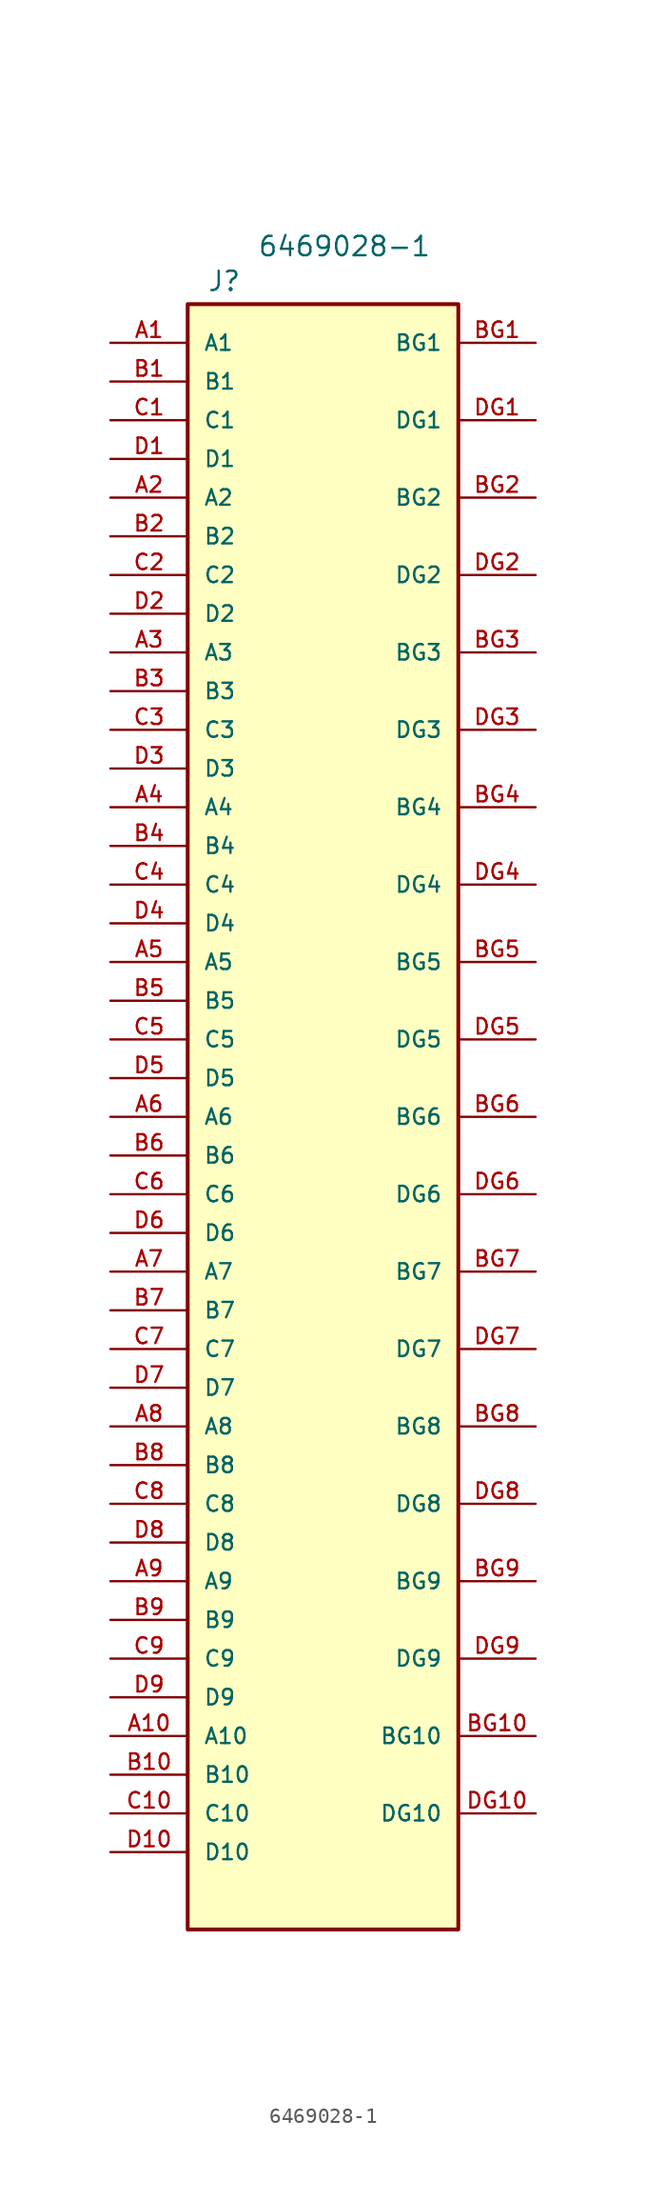
<source format=kicad_sym>
(kicad_symbol_lib
  (version 20231120)
  (generator "kicad_symbol_editor")
  (generator_version "8.0")
  (symbol "6469028-1"
    (pin_names
      (offset 1.016))
    (property "Reference" "J"
      (at -7.62 28.702 0)
      (effects (font (size 1.27 1.27)) (justify left bottom)))
    (property "Value" "6469028-1"
      (at -4.318 30.988 0)
      (effects (font (size 1.27 1.27)) (justify left bottom)))
    (symbol "6469028-1_1_0"
      (rectangle (start -8.89 27.94) (end 8.89 -78.74) (stroke (width 0.254) (type default)) (fill (type background)))
      (pin passive line (at -13.97 25.4 0) (length 5.08) (name "A1" (effects (font (size 1.016 1.016)))) (number "A1" (effects (font (size 1.016 1.016)))))
      (pin passive line (at -13.97 -66.04 0) (length 5.08) (name "A10" (effects (font (size 1.016 1.016)))) (number "A10" (effects (font (size 1.016 1.016)))))
      (pin passive line (at -13.97 15.24 0) (length 5.08) (name "A2" (effects (font (size 1.016 1.016)))) (number "A2" (effects (font (size 1.016 1.016)))))
      (pin passive line (at -13.97 5.08 0) (length 5.08) (name "A3" (effects (font (size 1.016 1.016)))) (number "A3" (effects (font (size 1.016 1.016)))))
      (pin passive line (at -13.97 -5.08 0) (length 5.08) (name "A4" (effects (font (size 1.016 1.016)))) (number "A4" (effects (font (size 1.016 1.016)))))
      (pin passive line (at -13.97 -15.24 0) (length 5.08) (name "A5" (effects (font (size 1.016 1.016)))) (number "A5" (effects (font (size 1.016 1.016)))))
      (pin passive line (at -13.97 -25.4 0) (length 5.08) (name "A6" (effects (font (size 1.016 1.016)))) (number "A6" (effects (font (size 1.016 1.016)))))
      (pin passive line (at -13.97 -35.56 0) (length 5.08) (name "A7" (effects (font (size 1.016 1.016)))) (number "A7" (effects (font (size 1.016 1.016)))))
      (pin passive line (at -13.97 -45.72 0) (length 5.08) (name "A8" (effects (font (size 1.016 1.016)))) (number "A8" (effects (font (size 1.016 1.016)))))
      (pin passive line (at -13.97 -55.88 0) (length 5.08) (name "A9" (effects (font (size 1.016 1.016)))) (number "A9" (effects (font (size 1.016 1.016)))))
      (pin passive line (at -13.97 22.86 0) (length 5.08) (name "B1" (effects (font (size 1.016 1.016)))) (number "B1" (effects (font (size 1.016 1.016)))))
      (pin passive line (at -13.97 -68.58 0) (length 5.08) (name "B10" (effects (font (size 1.016 1.016)))) (number "B10" (effects (font (size 1.016 1.016)))))
      (pin passive line (at -13.97 12.7 0) (length 5.08) (name "B2" (effects (font (size 1.016 1.016)))) (number "B2" (effects (font (size 1.016 1.016)))))
      (pin passive line (at -13.97 2.54 0) (length 5.08) (name "B3" (effects (font (size 1.016 1.016)))) (number "B3" (effects (font (size 1.016 1.016)))))
      (pin passive line (at -13.97 -7.62 0) (length 5.08) (name "B4" (effects (font (size 1.016 1.016)))) (number "B4" (effects (font (size 1.016 1.016)))))
      (pin passive line (at -13.97 -17.78 0) (length 5.08) (name "B5" (effects (font (size 1.016 1.016)))) (number "B5" (effects (font (size 1.016 1.016)))))
      (pin passive line (at -13.97 -27.94 0) (length 5.08) (name "B6" (effects (font (size 1.016 1.016)))) (number "B6" (effects (font (size 1.016 1.016)))))
      (pin passive line (at -13.97 -38.1 0) (length 5.08) (name "B7" (effects (font (size 1.016 1.016)))) (number "B7" (effects (font (size 1.016 1.016)))))
      (pin passive line (at -13.97 -48.26 0) (length 5.08) (name "B8" (effects (font (size 1.016 1.016)))) (number "B8" (effects (font (size 1.016 1.016)))))
      (pin passive line (at -13.97 -58.42 0) (length 5.08) (name "B9" (effects (font (size 1.016 1.016)))) (number "B9" (effects (font (size 1.016 1.016)))))
      (pin passive line (at 13.97 25.4 180) (length 5.08) (name "BG1" (effects (font (size 1.016 1.016)))) (number "BG1" (effects (font (size 1.016 1.016)))))
      (pin passive line (at 13.97 -66.04 180) (length 5.08) (name "BG10" (effects (font (size 1.016 1.016)))) (number "BG10" (effects (font (size 1.016 1.016)))))
      (pin passive line (at 13.97 15.24 180) (length 5.08) (name "BG2" (effects (font (size 1.016 1.016)))) (number "BG2" (effects (font (size 1.016 1.016)))))
      (pin passive line (at 13.97 5.08 180) (length 5.08) (name "BG3" (effects (font (size 1.016 1.016)))) (number "BG3" (effects (font (size 1.016 1.016)))))
      (pin passive line (at 13.97 -5.08 180) (length 5.08) (name "BG4" (effects (font (size 1.016 1.016)))) (number "BG4" (effects (font (size 1.016 1.016)))))
      (pin passive line (at 13.97 -15.24 180) (length 5.08) (name "BG5" (effects (font (size 1.016 1.016)))) (number "BG5" (effects (font (size 1.016 1.016)))))
      (pin passive line (at 13.97 -25.4 180) (length 5.08) (name "BG6" (effects (font (size 1.016 1.016)))) (number "BG6" (effects (font (size 1.016 1.016)))))
      (pin passive line (at 13.97 -35.56 180) (length 5.08) (name "BG7" (effects (font (size 1.016 1.016)))) (number "BG7" (effects (font (size 1.016 1.016)))))
      (pin passive line (at 13.97 -45.72 180) (length 5.08) (name "BG8" (effects (font (size 1.016 1.016)))) (number "BG8" (effects (font (size 1.016 1.016)))))
      (pin passive line (at 13.97 -55.88 180) (length 5.08) (name "BG9" (effects (font (size 1.016 1.016)))) (number "BG9" (effects (font (size 1.016 1.016)))))
      (pin passive line (at -13.97 20.32 0) (length 5.08) (name "C1" (effects (font (size 1.016 1.016)))) (number "C1" (effects (font (size 1.016 1.016)))))
      (pin passive line (at -13.97 -71.12 0) (length 5.08) (name "C10" (effects (font (size 1.016 1.016)))) (number "C10" (effects (font (size 1.016 1.016)))))
      (pin passive line (at -13.97 10.16 0) (length 5.08) (name "C2" (effects (font (size 1.016 1.016)))) (number "C2" (effects (font (size 1.016 1.016)))))
      (pin passive line (at -13.97 0 0) (length 5.08) (name "C3" (effects (font (size 1.016 1.016)))) (number "C3" (effects (font (size 1.016 1.016)))))
      (pin passive line (at -13.97 -10.16 0) (length 5.08) (name "C4" (effects (font (size 1.016 1.016)))) (number "C4" (effects (font (size 1.016 1.016)))))
      (pin passive line (at -13.97 -20.32 0) (length 5.08) (name "C5" (effects (font (size 1.016 1.016)))) (number "C5" (effects (font (size 1.016 1.016)))))
      (pin passive line (at -13.97 -30.48 0) (length 5.08) (name "C6" (effects (font (size 1.016 1.016)))) (number "C6" (effects (font (size 1.016 1.016)))))
      (pin passive line (at -13.97 -40.64 0) (length 5.08) (name "C7" (effects (font (size 1.016 1.016)))) (number "C7" (effects (font (size 1.016 1.016)))))
      (pin passive line (at -13.97 -50.8 0) (length 5.08) (name "C8" (effects (font (size 1.016 1.016)))) (number "C8" (effects (font (size 1.016 1.016)))))
      (pin passive line (at -13.97 -60.96 0) (length 5.08) (name "C9" (effects (font (size 1.016 1.016)))) (number "C9" (effects (font (size 1.016 1.016)))))
      (pin passive line (at -13.97 17.78 0) (length 5.08) (name "D1" (effects (font (size 1.016 1.016)))) (number "D1" (effects (font (size 1.016 1.016)))))
      (pin passive line (at -13.97 -73.66 0) (length 5.08) (name "D10" (effects (font (size 1.016 1.016)))) (number "D10" (effects (font (size 1.016 1.016)))))
      (pin passive line (at -13.97 7.62 0) (length 5.08) (name "D2" (effects (font (size 1.016 1.016)))) (number "D2" (effects (font (size 1.016 1.016)))))
      (pin passive line (at -13.97 -2.54 0) (length 5.08) (name "D3" (effects (font (size 1.016 1.016)))) (number "D3" (effects (font (size 1.016 1.016)))))
      (pin passive line (at -13.97 -12.7 0) (length 5.08) (name "D4" (effects (font (size 1.016 1.016)))) (number "D4" (effects (font (size 1.016 1.016)))))
      (pin passive line (at -13.97 -22.86 0) (length 5.08) (name "D5" (effects (font (size 1.016 1.016)))) (number "D5" (effects (font (size 1.016 1.016)))))
      (pin passive line (at -13.97 -33.02 0) (length 5.08) (name "D6" (effects (font (size 1.016 1.016)))) (number "D6" (effects (font (size 1.016 1.016)))))
      (pin passive line (at -13.97 -43.18 0) (length 5.08) (name "D7" (effects (font (size 1.016 1.016)))) (number "D7" (effects (font (size 1.016 1.016)))))
      (pin passive line (at -13.97 -53.34 0) (length 5.08) (name "D8" (effects (font (size 1.016 1.016)))) (number "D8" (effects (font (size 1.016 1.016)))))
      (pin passive line (at -13.97 -63.5 0) (length 5.08) (name "D9" (effects (font (size 1.016 1.016)))) (number "D9" (effects (font (size 1.016 1.016)))))
      (pin passive line (at 13.97 20.32 180) (length 5.08) (name "DG1" (effects (font (size 1.016 1.016)))) (number "DG1" (effects (font (size 1.016 1.016)))))
      (pin passive line (at 13.97 -71.12 180) (length 5.08) (name "DG10" (effects (font (size 1.016 1.016)))) (number "DG10" (effects (font (size 1.016 1.016)))))
      (pin passive line (at 13.97 10.16 180) (length 5.08) (name "DG2" (effects (font (size 1.016 1.016)))) (number "DG2" (effects (font (size 1.016 1.016)))))
      (pin passive line (at 13.97 0 180) (length 5.08) (name "DG3" (effects (font (size 1.016 1.016)))) (number "DG3" (effects (font (size 1.016 1.016)))))
      (pin passive line (at 13.97 -10.16 180) (length 5.08) (name "DG4" (effects (font (size 1.016 1.016)))) (number "DG4" (effects (font (size 1.016 1.016)))))
      (pin passive line (at 13.97 -20.32 180) (length 5.08) (name "DG5" (effects (font (size 1.016 1.016)))) (number "DG5" (effects (font (size 1.016 1.016)))))
      (pin passive line (at 13.97 -30.48 180) (length 5.08) (name "DG6" (effects (font (size 1.016 1.016)))) (number "DG6" (effects (font (size 1.016 1.016)))))
      (pin passive line (at 13.97 -40.64 180) (length 5.08) (name "DG7" (effects (font (size 1.016 1.016)))) (number "DG7" (effects (font (size 1.016 1.016)))))
      (pin passive line (at 13.97 -50.8 180) (length 5.08) (name "DG8" (effects (font (size 1.016 1.016)))) (number "DG8" (effects (font (size 1.016 1.016)))))
      (pin passive line (at 13.97 -60.96 180) (length 5.08) (name "DG9" (effects (font (size 1.016 1.016)))) (number "DG9" (effects (font (size 1.016 1.016))))))))
</source>
